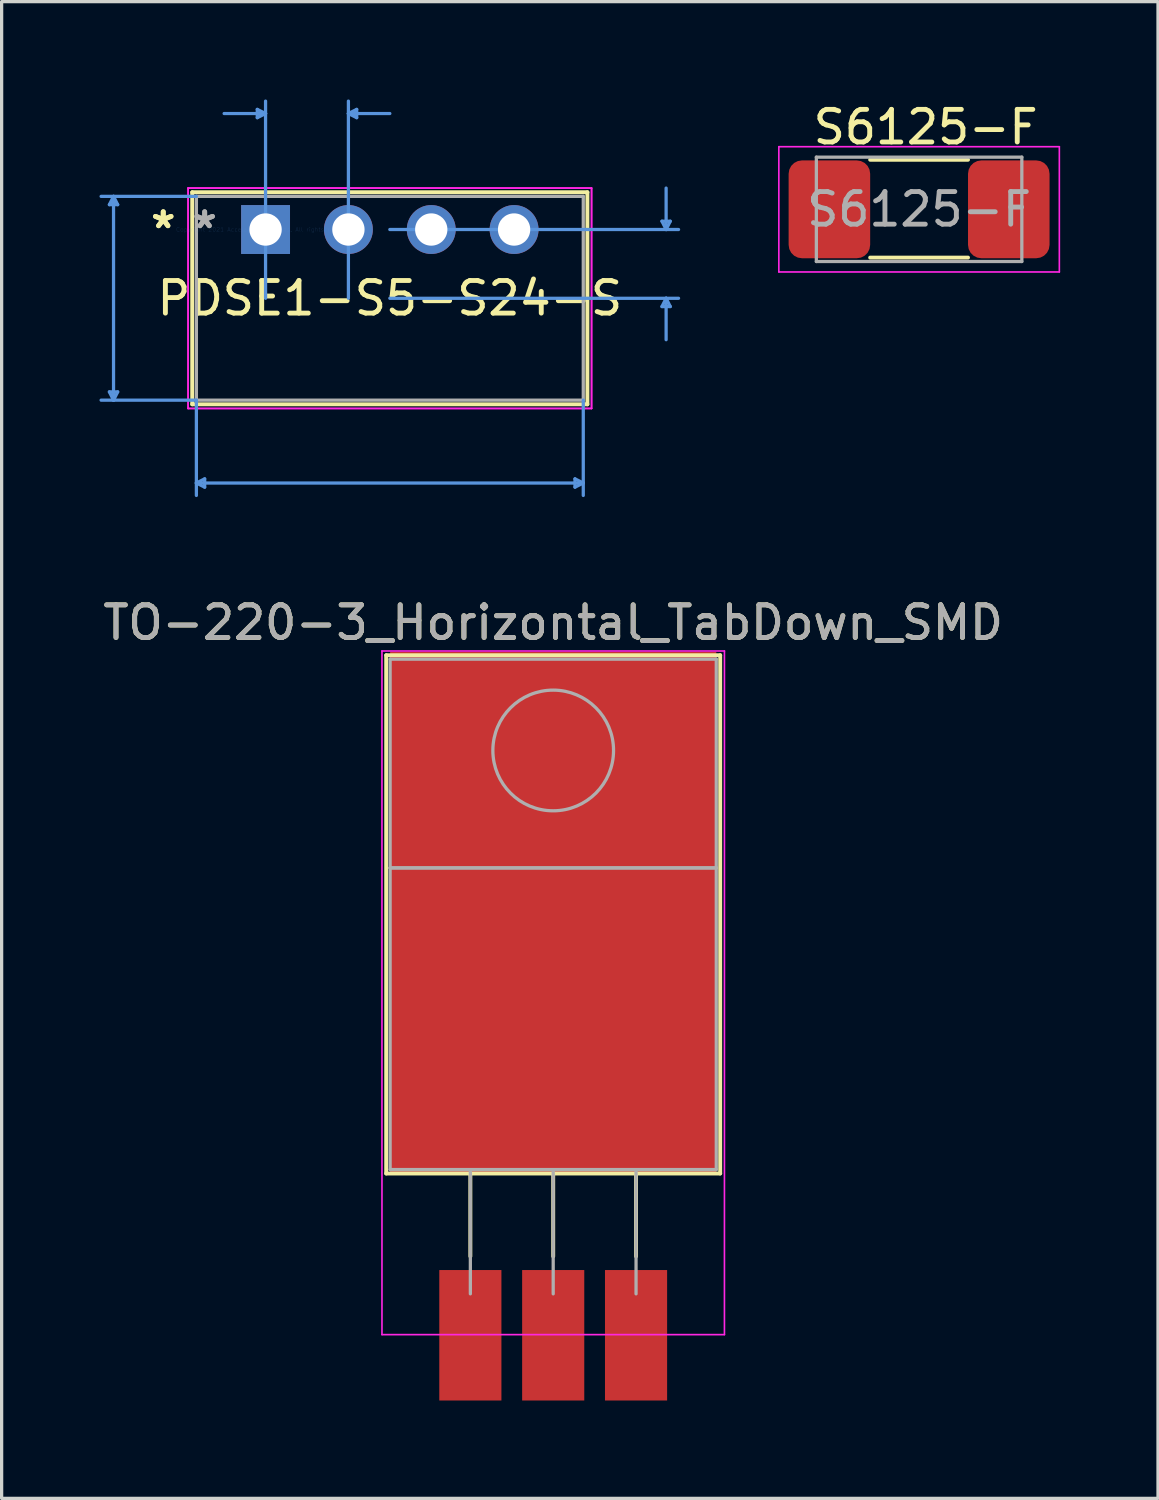
<source format=kicad_pcb>
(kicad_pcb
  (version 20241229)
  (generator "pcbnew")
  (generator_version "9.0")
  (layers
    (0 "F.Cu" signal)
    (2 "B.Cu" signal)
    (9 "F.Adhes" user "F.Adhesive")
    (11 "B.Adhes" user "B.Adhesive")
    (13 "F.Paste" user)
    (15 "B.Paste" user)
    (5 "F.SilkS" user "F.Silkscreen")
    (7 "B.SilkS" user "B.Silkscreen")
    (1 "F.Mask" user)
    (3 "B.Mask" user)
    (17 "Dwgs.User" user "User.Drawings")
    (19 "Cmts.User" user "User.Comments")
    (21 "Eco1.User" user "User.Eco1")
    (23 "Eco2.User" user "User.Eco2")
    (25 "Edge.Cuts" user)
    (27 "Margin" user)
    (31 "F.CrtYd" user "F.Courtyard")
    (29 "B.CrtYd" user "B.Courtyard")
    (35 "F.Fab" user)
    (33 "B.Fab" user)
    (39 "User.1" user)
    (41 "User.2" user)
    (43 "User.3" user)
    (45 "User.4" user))
  (footprint "TO-220-3_Horizontal_TabDown_SMD"
    (layer "F.Cu")
    (at 11.371 36.619)
    (property "Reference" "TO-220-3_Horizontal_TabDown_SMD" (at 2.54 -20.58 0) (layer "F.SilkS") (effects (font (size 1 1) (thickness 0.15))))
    (attr through_hole)
    (fp_line (start -2.58 -19.58) (end -2.58 -3.69) (stroke (width 0.12) (type solid)) (layer "F.SilkS"))
    (fp_line (start -2.58 -19.58) (end 7.66 -19.58) (stroke (width 0.12) (type solid)) (layer "F.SilkS"))
    (fp_line (start -2.58 -3.69) (end 7.66 -3.69) (stroke (width 0.12) (type solid)) (layer "F.SilkS"))
    (fp_line (start 0 -3.69) (end 0 -1.15) (stroke (width 0.12) (type solid)) (layer "F.SilkS"))
    (fp_line (start 2.54 -3.69) (end 2.54 -1.15) (stroke (width 0.12) (type solid)) (layer "F.SilkS"))
    (fp_line (start 5.08 -3.69) (end 5.08 -1.15) (stroke (width 0.12) (type solid)) (layer "F.SilkS"))
    (fp_line (start 7.66 -19.58) (end 7.66 -3.69) (stroke (width 0.12) (type solid)) (layer "F.SilkS"))
    (fp_line (start -2.71 -19.71) (end -2.71 1.25) (stroke (width 0.05) (type solid)) (layer "F.CrtYd"))
    (fp_line (start -2.71 1.25) (end 7.79 1.25) (stroke (width 0.05) (type solid)) (layer "F.CrtYd"))
    (fp_line (start 7.79 -19.71) (end -2.71 -19.71) (stroke (width 0.05) (type solid)) (layer "F.CrtYd"))
    (fp_line (start 7.79 1.25) (end 7.79 -19.71) (stroke (width 0.05) (type solid)) (layer "F.CrtYd"))
    (fp_line (start -2.46 -19.46) (end 7.54 -19.46) (stroke (width 0.1) (type solid)) (layer "F.Fab"))
    (fp_line (start -2.46 -13.06) (end -2.46 -19.46) (stroke (width 0.1) (type solid)) (layer "F.Fab"))
    (fp_line (start -2.46 -13.06) (end 7.54 -13.06) (stroke (width 0.1) (type solid)) (layer "F.Fab"))
    (fp_line (start -2.46 -3.81) (end -2.46 -13.06) (stroke (width 0.1) (type solid)) (layer "F.Fab"))
    (fp_line (start 0 -3.81) (end 0 0) (stroke (width 0.1) (type solid)) (layer "F.Fab"))
    (fp_line (start 2.54 -3.81) (end 2.54 0) (stroke (width 0.1) (type solid)) (layer "F.Fab"))
    (fp_line (start 5.08 -3.81) (end 5.08 0) (stroke (width 0.1) (type solid)) (layer "F.Fab"))
    (fp_line (start 7.54 -19.46) (end 7.54 -13.06) (stroke (width 0.1) (type solid)) (layer "F.Fab"))
    (fp_line (start 7.54 -13.06) (end -2.46 -13.06) (stroke (width 0.1) (type solid)) (layer "F.Fab"))
    (fp_line (start 7.54 -13.06) (end 7.54 -3.81) (stroke (width 0.1) (type solid)) (layer "F.Fab"))
    (fp_line (start 7.54 -3.81) (end -2.46 -3.81) (stroke (width 0.1) (type solid)) (layer "F.Fab"))
    (fp_circle (center 2.54 -16.66) (end 4.39 -16.66) (stroke (width 0.1) (type solid)) (fill no) (layer "F.Fab"))
    (fp_text user "${REFERENCE}" (at 2.54 -20.58 0) (layer "F.Fab") (effects (font (size 1 1) (thickness 0.15))))
    (pad "1" smd rect (at 0 1.27) (size 1.905 4) (layers "F.Cu" "F.Mask" "F.Paste"))
    (pad "2" smd rect (at 2.54 -11.684) (size 10 16) (layers "F.Cu" "F.Mask" "F.Paste"))
    (pad "2" smd rect (at 2.54 1.27) (size 1.905 4) (layers "F.Cu" "F.Mask" "F.Paste"))
    (pad "3" smd rect (at 5.08 1.27) (size 1.905 4) (layers "F.Cu" "F.Mask" "F.Paste")))
  (footprint "PDSE1-S5-S24-S"
    (layer "F.Cu")
    (at 5.092 3.987)
    (property "Reference" "PDSE1-S5-S24-S" (at 3.81 2.108 0) (layer "F.SilkS") (effects (font (size 1 1) (thickness 0.15))))
    (attr through_hole)
    (fp_line (start -2.248 -1.143) (end -2.248 5.359) (stroke (width 0.12) (type solid)) (layer "F.SilkS"))
    (fp_line (start -2.248 5.359) (end 9.868 5.359) (stroke (width 0.12) (type solid)) (layer "F.SilkS"))
    (fp_line (start 9.868 -1.143) (end -2.248 -1.143) (stroke (width 0.12) (type solid)) (layer "F.SilkS"))
    (fp_line (start 9.868 5.359) (end 9.868 -1.143) (stroke (width 0.12) (type solid)) (layer "F.SilkS"))
    (fp_line (start -4.788 -0.762) (end -4.534 -0.762) (stroke (width 0.1) (type solid)) (layer "Cmts.User"))
    (fp_line (start -4.788 4.978) (end -4.534 4.978) (stroke (width 0.1) (type solid)) (layer "Cmts.User"))
    (fp_line (start -4.661 -1.016) (end -4.788 -0.762) (stroke (width 0.1) (type solid)) (layer "Cmts.User"))
    (fp_line (start -4.661 -1.016) (end -4.661 5.232) (stroke (width 0.1) (type solid)) (layer "Cmts.User"))
    (fp_line (start -4.661 -1.016) (end -4.534 -0.762) (stroke (width 0.1) (type solid)) (layer "Cmts.User"))
    (fp_line (start -4.661 5.232) (end -4.788 4.978) (stroke (width 0.1) (type solid)) (layer "Cmts.User"))
    (fp_line (start -4.661 5.232) (end -4.534 4.978) (stroke (width 0.1) (type solid)) (layer "Cmts.User"))
    (fp_line (start -2.121 -1.016) (end -5.042 -1.016) (stroke (width 0.1) (type solid)) (layer "Cmts.User"))
    (fp_line (start -2.121 5.232) (end -5.042 5.232) (stroke (width 0.1) (type solid)) (layer "Cmts.User"))
    (fp_line (start -2.121 5.232) (end -2.121 8.153) (stroke (width 0.1) (type solid)) (layer "Cmts.User"))
    (fp_line (start -2.121 7.772) (end -1.867 7.645) (stroke (width 0.1) (type solid)) (layer "Cmts.User"))
    (fp_line (start -2.121 7.772) (end -1.867 7.899) (stroke (width 0.1) (type solid)) (layer "Cmts.User"))
    (fp_line (start -2.121 7.772) (end 9.741 7.772) (stroke (width 0.1) (type solid)) (layer "Cmts.User"))
    (fp_line (start -1.867 7.645) (end -1.867 7.899) (stroke (width 0.1) (type solid)) (layer "Cmts.User"))
    (fp_line (start -0.254 -3.683) (end -0.254 -3.429) (stroke (width 0.1) (type solid)) (layer "Cmts.User"))
    (fp_line (start 0 -3.556) (end -1.27 -3.556) (stroke (width 0.1) (type solid)) (layer "Cmts.User"))
    (fp_line (start 0 -3.556) (end -0.254 -3.683) (stroke (width 0.1) (type solid)) (layer "Cmts.User"))
    (fp_line (start 0 -3.556) (end -0.254 -3.429) (stroke (width 0.1) (type solid)) (layer "Cmts.User"))
    (fp_line (start 0 2.108) (end 0 -3.937) (stroke (width 0.1) (type solid)) (layer "Cmts.User"))
    (fp_line (start 2.54 -3.556) (end 2.794 -3.683) (stroke (width 0.1) (type solid)) (layer "Cmts.User"))
    (fp_line (start 2.54 -3.556) (end 2.794 -3.429) (stroke (width 0.1) (type solid)) (layer "Cmts.User"))
    (fp_line (start 2.54 -3.556) (end 3.81 -3.556) (stroke (width 0.1) (type solid)) (layer "Cmts.User"))
    (fp_line (start 2.54 2.108) (end 2.54 -3.937) (stroke (width 0.1) (type solid)) (layer "Cmts.User"))
    (fp_line (start 2.794 -3.683) (end 2.794 -3.429) (stroke (width 0.1) (type solid)) (layer "Cmts.User"))
    (fp_line (start 3.81 0) (end 12.662 0) (stroke (width 0.1) (type solid)) (layer "Cmts.User"))
    (fp_line (start 3.81 2.108) (end 12.662 2.108) (stroke (width 0.1) (type solid)) (layer "Cmts.User"))
    (fp_line (start 9.487 7.645) (end 9.487 7.899) (stroke (width 0.1) (type solid)) (layer "Cmts.User"))
    (fp_line (start 9.741 5.232) (end 9.741 8.153) (stroke (width 0.1) (type solid)) (layer "Cmts.User"))
    (fp_line (start 9.741 7.772) (end 9.487 7.645) (stroke (width 0.1) (type solid)) (layer "Cmts.User"))
    (fp_line (start 9.741 7.772) (end 9.487 7.899) (stroke (width 0.1) (type solid)) (layer "Cmts.User"))
    (fp_line (start 12.154 -0.254) (end 12.408 -0.254) (stroke (width 0.1) (type solid)) (layer "Cmts.User"))
    (fp_line (start 12.154 2.362) (end 12.408 2.362) (stroke (width 0.1) (type solid)) (layer "Cmts.User"))
    (fp_line (start 12.281 0) (end 12.154 -0.254) (stroke (width 0.1) (type solid)) (layer "Cmts.User"))
    (fp_line (start 12.281 0) (end 12.281 -1.27) (stroke (width 0.1) (type solid)) (layer "Cmts.User"))
    (fp_line (start 12.281 0) (end 12.408 -0.254) (stroke (width 0.1) (type solid)) (layer "Cmts.User"))
    (fp_line (start 12.281 2.108) (end 12.154 2.362) (stroke (width 0.1) (type solid)) (layer "Cmts.User"))
    (fp_line (start 12.281 2.108) (end 12.281 3.378) (stroke (width 0.1) (type solid)) (layer "Cmts.User"))
    (fp_line (start 12.281 2.108) (end 12.408 2.362) (stroke (width 0.1) (type solid)) (layer "Cmts.User"))
    (fp_line (start -2.375 -1.27) (end 9.995 -1.27) (stroke (width 0.05) (type solid)) (layer "F.CrtYd"))
    (fp_line (start -2.375 -1.27) (end 9.995 -1.27) (stroke (width 0.05) (type solid)) (layer "F.CrtYd"))
    (fp_line (start -2.375 5.486) (end -2.375 -1.27) (stroke (width 0.05) (type solid)) (layer "F.CrtYd"))
    (fp_line (start -2.375 5.486) (end -2.375 -1.27) (stroke (width 0.05) (type solid)) (layer "F.CrtYd"))
    (fp_line (start 9.995 -1.27) (end 9.995 5.486) (stroke (width 0.05) (type solid)) (layer "F.CrtYd"))
    (fp_line (start 9.995 -1.27) (end 9.995 5.486) (stroke (width 0.05) (type solid)) (layer "F.CrtYd"))
    (fp_line (start 9.995 5.486) (end -2.375 5.486) (stroke (width 0.05) (type solid)) (layer "F.CrtYd"))
    (fp_line (start 9.995 5.486) (end -2.375 5.486) (stroke (width 0.05) (type solid)) (layer "F.CrtYd"))
    (fp_line (start -2.121 -1.016) (end -2.121 5.232) (stroke (width 0.1) (type solid)) (layer "F.Fab"))
    (fp_line (start -2.121 5.232) (end 9.741 5.232) (stroke (width 0.1) (type solid)) (layer "F.Fab"))
    (fp_line (start 9.741 -1.016) (end -2.121 -1.016) (stroke (width 0.1) (type solid)) (layer "F.Fab"))
    (fp_line (start 9.741 5.232) (end 9.741 -1.016) (stroke (width 0.1) (type solid)) (layer "F.Fab"))
    (fp_text user "*" (at -3.137 0 0) (layer "F.SilkS") (effects (font (size 1 1) (thickness 0.15))))
    (fp_text user "*" (at -3.137 0 0) (layer "F.SilkS") (effects (font (size 1 1) (thickness 0.15))))
    (fp_text user "Copyright 2021 Accelerated Designs. All rights reserved." (at 0 0 0) (layer "Cmts.User") (effects (font (size 0.127 0.127) (thickness 0.002))))
    (fp_text user "*" (at -1.867 0 0) (layer "F.Fab") (effects (font (size 1 1) (thickness 0.15))))
    (fp_text user "*" (at -1.867 0 0) (layer "F.Fab") (effects (font (size 1 1) (thickness 0.15))))
    (pad "1" thru_hole rect (at 0 0) (size 1.499 1.499) (drill 0.991) (layers "*.Cu" "*.Mask"))
    (pad "2" thru_hole circle (at 2.54 0) (size 1.499 1.499) (drill 0.991) (layers "*.Cu" "*.Mask"))
    (pad "3" thru_hole circle (at 5.08 0) (size 1.499 1.499) (drill 0.991) (layers "*.Cu" "*.Mask"))
    (pad "4" thru_hole circle (at 7.62 0) (size 1.499 1.499) (drill 0.991) (layers "*.Cu" "*.Mask")))
  (footprint "S6125-F"
    (layer "F.Cu")
    (at 25.329 3.248)
    (property "Reference" "S6125-F" (at 0 -2.4 0) (unlocked yes) (layer "F.SilkS") (effects (font (size 1 1) (thickness 0.15))))
    (attr smd)
    (fp_line (start 1.3 -1.4) (end -1.7 -1.4) (stroke (width 0.12) (type solid)) (layer "F.SilkS"))
    (fp_line (start 1.3 1.6) (end -1.7 1.6) (stroke (width 0.12) (type solid)) (layer "F.SilkS"))
    (fp_line (start -4.5 -1.8) (end 4.1 -1.8) (stroke (width 0.05) (type solid)) (layer "F.CrtYd"))
    (fp_line (start -4.5 2.04) (end -4.5 -1.8) (stroke (width 0.05) (type solid)) (layer "F.CrtYd"))
    (fp_line (start 4.1 -1.8) (end 4.1 2.04) (stroke (width 0.05) (type solid)) (layer "F.CrtYd"))
    (fp_line (start 4.1 2.04) (end -4.5 2.04) (stroke (width 0.05) (type solid)) (layer "F.CrtYd"))
    (fp_line (start -3.35 -1.48) (end 2.95 -1.48) (stroke (width 0.1) (type solid)) (layer "F.Fab"))
    (fp_line (start -3.35 1.72) (end -3.35 -1.48) (stroke (width 0.1) (type solid)) (layer "F.Fab"))
    (fp_line (start 2.95 -1.48) (end 2.95 1.72) (stroke (width 0.1) (type solid)) (layer "F.Fab"))
    (fp_line (start 2.95 1.72) (end -3.35 1.72) (stroke (width 0.1) (type solid)) (layer "F.Fab"))
    (fp_text user "${REFERENCE}" (at -0.2 0.12 0) (layer "F.Fab") (effects (font (size 1 1) (thickness 0.15))))
    (pad "1" smd roundrect (at -2.95 0.12) (size 2.5 3) (layers "F.Cu" "F.Mask" "F.Paste") (roundrect_rratio 0.164))
    (pad "2" smd roundrect (at 2.55 0.12) (size 2.5 3) (layers "F.Cu" "F.Mask" "F.Paste") (roundrect_rratio 0.164)))
  (gr_rect
    (start -3 -3)
    (end 32.454 42.889)
    (stroke (width 0.1) (type default))
    (fill no)
    (layer "Edge.Cuts")))
</source>
